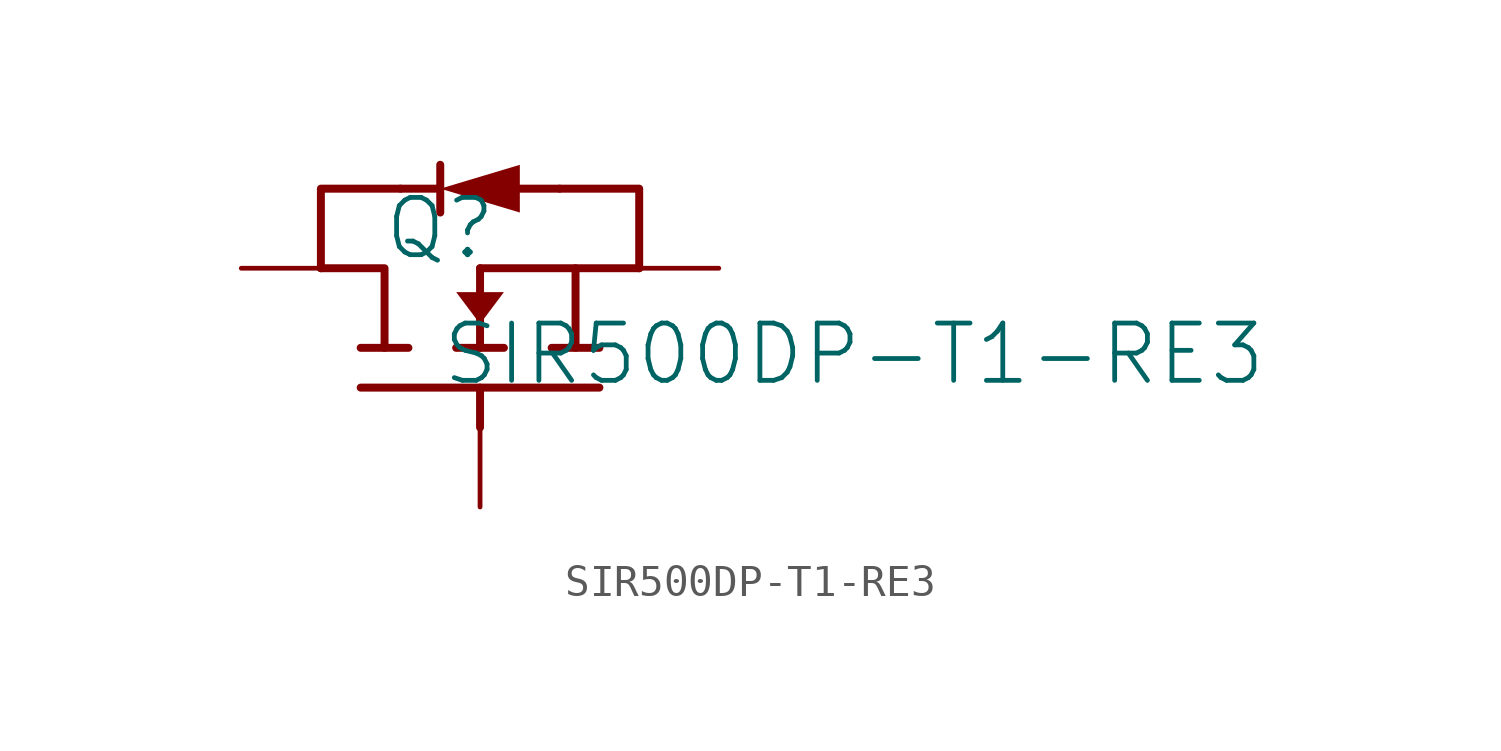
<source format=kicad_sym>
(kicad_symbol_lib
  (version 20231120)
  (generator "kicad_symbol_editor")
  (generator_version "8.0")
  (symbol "SIR500DP-T1-RE3"
    (property "Reference" "Q"
      (at -1.27 1.27 0)
      (effects (font (size 1.829 1.829))))
    (property "Value" "SIR500DP-T1-RE3"
      (at -1.27 -3.81 0)
      (effects (font (size 1.829 1.829)) (justify left bottom)))
    (symbol "SIR500DP-T1-RE3_1_0"
      (polyline (pts (xy -3.81 -3.81) (xy 3.81 -3.81)) (stroke (width 0.254) (type solid)) (fill (type none)))
      (polyline (pts (xy -3.81 -2.54) (xy -2.286 -2.54)) (stroke (width 0.254) (type solid)) (fill (type none)))
      (polyline (pts (xy -2.54 2.54) (xy -1.27 2.54)) (stroke (width 0.254) (type solid)) (fill (type none)))
      (polyline (pts (xy -1.27 3.302) (xy -1.27 1.778)) (stroke (width 0.254) (type solid)) (fill (type none)))
      (polyline (pts (xy -0.762 -2.54) (xy 0.762 -2.54)) (stroke (width 0.254) (type solid)) (fill (type none)))
      (polyline (pts (xy 0 -3.81) (xy 0 -5.08)) (stroke (width 0.254) (type solid)) (fill (type none)))
      (polyline (pts (xy 0 0) (xy 0 -2.54)) (stroke (width 0.254) (type solid)) (fill (type none)))
      (polyline (pts (xy 0 0) (xy 3.048 0)) (stroke (width 0.254) (type solid)) (fill (type none)))
      (polyline (pts (xy 1.27 2.54) (xy 2.54 2.54)) (stroke (width 0.254) (type solid)) (fill (type none)))
      (polyline (pts (xy 2.286 -2.54) (xy 3.81 -2.54)) (stroke (width 0.254) (type solid)) (fill (type none)))
      (polyline (pts (xy -5.08 0) (xy -5.08 2.54) (xy -2.54 2.54)) (stroke (width 0.254) (type solid)) (fill (type none)))
      (polyline (pts (xy -5.08 0) (xy -3.048 0) (xy -3.048 -2.54)) (stroke (width 0.254) (type solid)) (fill (type none)))
      (polyline (pts (xy 2.54 2.54) (xy 5.08 2.54) (xy 5.08 0)) (stroke (width 0.254) (type solid)) (fill (type none)))
      (polyline (pts (xy 5.08 0) (xy 3.048 0) (xy 3.048 -2.54)) (stroke (width 0.254) (type solid)) (fill (type none)))
      (polyline (pts (xy 0 -1.778) (xy 0.762 -0.762) (xy -0.762 -0.762) (xy 0 -1.778) (xy 0 -1.778)) (stroke (width -0.0001) (type solid)) (fill (type outline)))
      (polyline (pts (xy 1.27 2.54) (xy 1.27 1.778) (xy -1.27 2.54) (xy 1.27 3.302) (xy 1.27 2.54) (xy 1.27 2.54)) (stroke (width -0.0001) (type solid)) (fill (type outline)))
      (pin passive line (at -7.62 0 0) (length 2.54) (name "D" (effects (font (size 0 0)))) (number "D" (effects (font (size 0 0)))))
      (pin passive line (at 0 -7.62 90) (length 2.54) (name "G" (effects (font (size 0 0)))) (number "G" (effects (font (size 0 0)))))
      (pin passive line (at 7.62 0 180) (length 2.54) (name "S" (effects (font (size 0 0)))) (number "S" (effects (font (size 0 0))))))))
</source>
